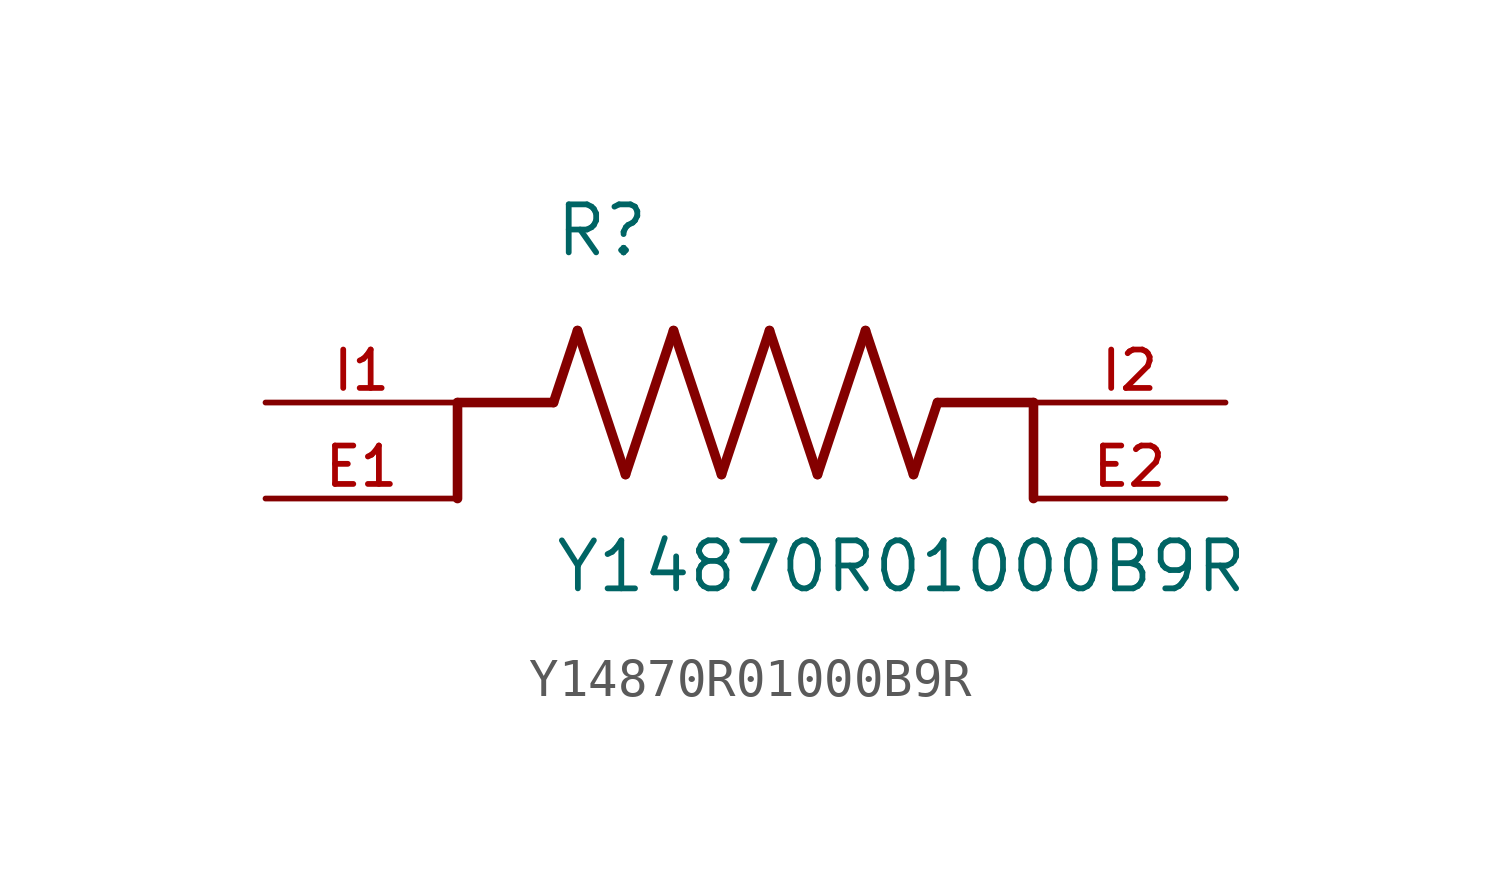
<source format=kicad_sym>
(kicad_symbol_lib
  (version 20231120)
  (generator "kicad_symbol_editor")
  (generator_version "8.0")
  (symbol "Y14870R01000B9R"
    (pin_names
      (offset 1.016))
    (property "Reference" "R"
      (at -5.08 3.81 0)
      (effects (font (size 1.27 1.27)) (justify left bottom)))
    (property "Value" "Y14870R01000B9R"
      (at -5.08 -5.08 0)
      (effects (font (size 1.27 1.27)) (justify left bottom)))
    (symbol "Y14870R01000B9R_0_0"
      (polyline (pts (xy -7.62 0) (xy -7.62 -2.54)) (stroke (width 0.254) (type default)) (fill (type none)))
      (polyline (pts (xy -5.08 0) (xy -7.62 0)) (stroke (width 0.254) (type default)) (fill (type none)))
      (polyline (pts (xy -5.08 0) (xy -4.445 1.905)) (stroke (width 0.254) (type default)) (fill (type none)))
      (polyline (pts (xy -4.445 1.905) (xy -3.175 -1.905)) (stroke (width 0.254) (type default)) (fill (type none)))
      (polyline (pts (xy -3.175 -1.905) (xy -1.905 1.905)) (stroke (width 0.254) (type default)) (fill (type none)))
      (polyline (pts (xy -1.905 1.905) (xy -0.635 -1.905)) (stroke (width 0.254) (type default)) (fill (type none)))
      (polyline (pts (xy -0.635 -1.905) (xy 0.635 1.905)) (stroke (width 0.254) (type default)) (fill (type none)))
      (polyline (pts (xy 0.635 1.905) (xy 1.905 -1.905)) (stroke (width 0.254) (type default)) (fill (type none)))
      (polyline (pts (xy 1.905 -1.905) (xy 3.175 1.905)) (stroke (width 0.254) (type default)) (fill (type none)))
      (polyline (pts (xy 3.175 1.905) (xy 4.445 -1.905)) (stroke (width 0.254) (type default)) (fill (type none)))
      (polyline (pts (xy 4.445 -1.905) (xy 5.08 0)) (stroke (width 0.254) (type default)) (fill (type none)))
      (polyline (pts (xy 5.08 0) (xy 7.62 0)) (stroke (width 0.254) (type default)) (fill (type none)))
      (polyline (pts (xy 7.62 0) (xy 7.62 -2.54)) (stroke (width 0.254) (type default)) (fill (type none)))
      (pin passive line (at -12.7 -2.54 0) (length 5.08) (name "~" (effects (font (size 1.016 1.016)))) (number "E1" (effects (font (size 1.016 1.016)))))
      (pin passive line (at 12.7 -2.54 180) (length 5.08) (name "~" (effects (font (size 1.016 1.016)))) (number "E2" (effects (font (size 1.016 1.016)))))
      (pin passive line (at -12.7 0 0) (length 5.08) (name "~" (effects (font (size 1.016 1.016)))) (number "I1" (effects (font (size 1.016 1.016)))))
      (pin passive line (at 12.7 0 180) (length 5.08) (name "~" (effects (font (size 1.016 1.016)))) (number "I2" (effects (font (size 1.016 1.016))))))))
</source>
